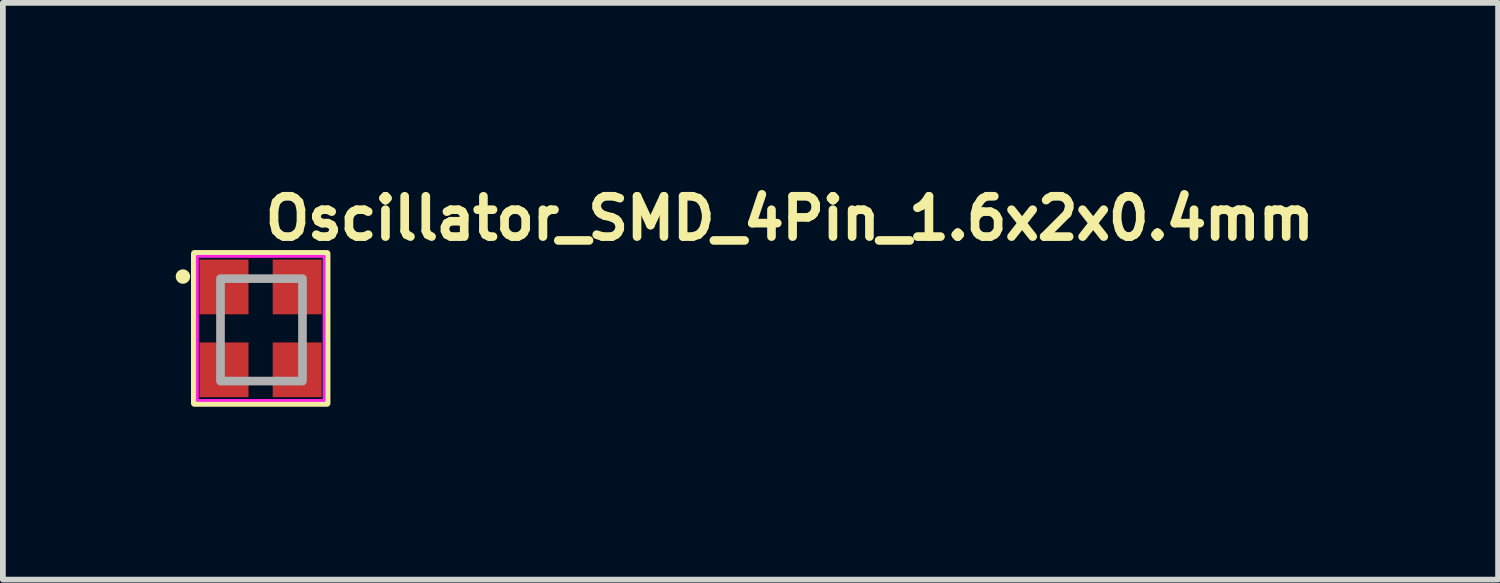
<source format=kicad_pcb>
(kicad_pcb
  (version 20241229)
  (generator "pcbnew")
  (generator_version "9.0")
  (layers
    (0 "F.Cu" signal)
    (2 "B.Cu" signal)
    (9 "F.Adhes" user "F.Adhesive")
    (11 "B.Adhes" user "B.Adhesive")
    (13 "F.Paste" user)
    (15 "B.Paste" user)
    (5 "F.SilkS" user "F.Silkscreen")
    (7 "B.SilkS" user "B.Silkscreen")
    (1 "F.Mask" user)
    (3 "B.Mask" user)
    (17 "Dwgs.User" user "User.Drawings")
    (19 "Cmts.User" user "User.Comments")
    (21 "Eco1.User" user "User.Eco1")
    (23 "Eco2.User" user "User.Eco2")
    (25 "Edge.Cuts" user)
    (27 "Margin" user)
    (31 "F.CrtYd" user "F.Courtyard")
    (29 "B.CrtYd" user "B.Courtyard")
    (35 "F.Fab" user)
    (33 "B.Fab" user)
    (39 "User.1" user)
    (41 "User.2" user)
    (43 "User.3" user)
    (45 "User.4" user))
  (footprint "Oscillator_SMD_4Pin_1.6x2x0.4mm"
    (layer "F.Cu")
    (at 1.475 2.65)
    (property "Reference" "Oscillator_SMD_4Pin_1.6x2x0.4mm" (at 0 -1.5 0) (unlocked yes) (layer "F.SilkS") (effects (font (size 0.7 0.7) (thickness 0.15)) (justify left bottom)))
    (attr smd)
    (fp_rect (start 1.15 -1.3) (end -1.15 1.3) (stroke (width 0.12) (type solid)) (fill no) (layer "F.SilkS"))
    (fp_circle (center -1.35 -0.9) (end -1.35 -0.85) (stroke (width 0.15) (type solid)) (fill yes) (layer "F.SilkS"))
    (fp_rect (start 1.1 -1.25) (end -1.1 1.25) (stroke (width 0.05) (type solid)) (fill no) (layer "F.CrtYd"))
    (fp_rect (start 0.725 -0.864) (end -0.698 0.914) (stroke (width 0.15) (type solid)) (fill no) (layer "F.Fab"))
    (fp_line (start -0.8 -0.938) (end -0.8 -0.263) (stroke (width 0.01) (type solid)) (layer "User.9"))
    (fp_line (start -0.8 -0.263) (end -0.797 -0.262) (stroke (width 0.01) (type solid)) (layer "User.9"))
    (fp_line (start -0.8 -0.263) (end -0.797 -0.262) (stroke (width 0.01) (type solid)) (layer "User.9"))
    (fp_line (start -0.8 0.263) (end -0.8 0.938) (stroke (width 0.01) (type solid)) (layer "User.9"))
    (fp_line (start -0.8 0.938) (end -0.797 0.938) (stroke (width 0.01) (type solid)) (layer "User.9"))
    (fp_line (start -0.797 -0.938) (end -0.8 -0.938) (stroke (width 0.01) (type solid)) (layer "User.9"))
    (fp_line (start -0.797 0.938) (end -0.794 0.938) (stroke (width 0.01) (type solid)) (layer "User.9"))
    (fp_line (start -0.797 -0.262) (end -0.794 -0.262) (stroke (width 0.01) (type solid)) (layer "User.9"))
    (fp_line (start -0.797 -0.262) (end -0.794 -0.262) (stroke (width 0.01) (type solid)) (layer "User.9"))
    (fp_line (start -0.797 0.262) (end -0.8 0.263) (stroke (width 0.01) (type solid)) (layer "User.9"))
    (fp_line (start -0.794 -0.938) (end -0.797 -0.938) (stroke (width 0.01) (type solid)) (layer "User.9"))
    (fp_line (start -0.794 0.938) (end -0.791 0.938) (stroke (width 0.01) (type solid)) (layer "User.9"))
    (fp_line (start -0.794 -0.262) (end -0.79 -0.262) (stroke (width 0.01) (type solid)) (layer "User.9"))
    (fp_line (start -0.794 -0.262) (end -0.79 -0.262) (stroke (width 0.01) (type solid)) (layer "User.9"))
    (fp_line (start -0.794 0.262) (end -0.797 0.262) (stroke (width 0.01) (type solid)) (layer "User.9"))
    (fp_line (start -0.791 -0.938) (end -0.794 -0.938) (stroke (width 0.01) (type solid)) (layer "User.9"))
    (fp_line (start -0.791 0.938) (end -0.788 0.939) (stroke (width 0.01) (type solid)) (layer "User.9"))
    (fp_line (start -0.79 -0.262) (end -0.787 -0.261) (stroke (width 0.01) (type solid)) (layer "User.9"))
    (fp_line (start -0.79 -0.262) (end -0.787 -0.261) (stroke (width 0.01) (type solid)) (layer "User.9"))
    (fp_line (start -0.79 0.262) (end -0.794 0.262) (stroke (width 0.01) (type solid)) (layer "User.9"))
    (fp_line (start -0.788 -0.939) (end -0.791 -0.938) (stroke (width 0.01) (type solid)) (layer "User.9"))
    (fp_line (start -0.788 0.939) (end -0.785 0.939) (stroke (width 0.01) (type solid)) (layer "User.9"))
    (fp_line (start -0.787 -0.261) (end -0.784 -0.261) (stroke (width 0.01) (type solid)) (layer "User.9"))
    (fp_line (start -0.787 -0.261) (end -0.784 -0.261) (stroke (width 0.01) (type solid)) (layer "User.9"))
    (fp_line (start -0.787 0.261) (end -0.79 0.262) (stroke (width 0.01) (type solid)) (layer "User.9"))
    (fp_line (start -0.785 -0.939) (end -0.788 -0.939) (stroke (width 0.01) (type solid)) (layer "User.9"))
    (fp_line (start -0.785 0.939) (end -0.782 0.94) (stroke (width 0.01) (type solid)) (layer "User.9"))
    (fp_line (start -0.784 -0.261) (end -0.781 -0.26) (stroke (width 0.01) (type solid)) (layer "User.9"))
    (fp_line (start -0.784 -0.261) (end -0.781 -0.26) (stroke (width 0.01) (type solid)) (layer "User.9"))
    (fp_line (start -0.784 0.261) (end -0.787 0.261) (stroke (width 0.01) (type solid)) (layer "User.9"))
    (fp_line (start -0.782 -0.94) (end -0.785 -0.939) (stroke (width 0.01) (type solid)) (layer "User.9"))
    (fp_line (start -0.782 0.94) (end -0.779 0.941) (stroke (width 0.01) (type solid)) (layer "User.9"))
    (fp_line (start -0.781 -0.26) (end -0.779 -0.259) (stroke (width 0.01) (type solid)) (layer "User.9"))
    (fp_line (start -0.781 -0.26) (end -0.779 -0.259) (stroke (width 0.01) (type solid)) (layer "User.9"))
    (fp_line (start -0.781 0.26) (end -0.784 0.261) (stroke (width 0.01) (type solid)) (layer "User.9"))
    (fp_line (start -0.779 -0.941) (end -0.782 -0.94) (stroke (width 0.01) (type solid)) (layer "User.9"))
    (fp_line (start -0.779 0.941) (end -0.776 0.942) (stroke (width 0.01) (type solid)) (layer "User.9"))
    (fp_line (start -0.779 -0.259) (end -0.776 -0.258) (stroke (width 0.01) (type solid)) (layer "User.9"))
    (fp_line (start -0.779 -0.259) (end -0.776 -0.258) (stroke (width 0.01) (type solid)) (layer "User.9"))
    (fp_line (start -0.779 0.259) (end -0.781 0.26) (stroke (width 0.01) (type solid)) (layer "User.9"))
    (fp_line (start -0.776 -0.942) (end -0.779 -0.941) (stroke (width 0.01) (type solid)) (layer "User.9"))
    (fp_line (start -0.776 0.942) (end -0.773 0.943) (stroke (width 0.01) (type solid)) (layer "User.9"))
    (fp_line (start -0.776 -0.258) (end -0.773 -0.256) (stroke (width 0.01) (type solid)) (layer "User.9"))
    (fp_line (start -0.776 -0.258) (end -0.773 -0.256) (stroke (width 0.01) (type solid)) (layer "User.9"))
    (fp_line (start -0.776 0.258) (end -0.779 0.259) (stroke (width 0.01) (type solid)) (layer "User.9"))
    (fp_line (start -0.773 -0.943) (end -0.776 -0.942) (stroke (width 0.01) (type solid)) (layer "User.9"))
    (fp_line (start -0.773 0.943) (end -0.771 0.945) (stroke (width 0.01) (type solid)) (layer "User.9"))
    (fp_line (start -0.773 -0.256) (end -0.77 -0.255) (stroke (width 0.01) (type solid)) (layer "User.9"))
    (fp_line (start -0.773 -0.256) (end -0.77 -0.255) (stroke (width 0.01) (type solid)) (layer "User.9"))
    (fp_line (start -0.773 0.256) (end -0.776 0.258) (stroke (width 0.01) (type solid)) (layer "User.9"))
    (fp_line (start -0.771 -0.945) (end -0.773 -0.943) (stroke (width 0.01) (type solid)) (layer "User.9"))
    (fp_line (start -0.771 0.945) (end -0.768 0.946) (stroke (width 0.01) (type solid)) (layer "User.9"))
    (fp_line (start -0.77 -0.255) (end -0.768 -0.253) (stroke (width 0.01) (type solid)) (layer "User.9"))
    (fp_line (start -0.77 -0.255) (end -0.768 -0.253) (stroke (width 0.01) (type solid)) (layer "User.9"))
    (fp_line (start -0.77 0.255) (end -0.773 0.256) (stroke (width 0.01) (type solid)) (layer "User.9"))
    (fp_line (start -0.768 -0.946) (end -0.771 -0.945) (stroke (width 0.01) (type solid)) (layer "User.9"))
    (fp_line (start -0.768 0.946) (end -0.765 0.948) (stroke (width 0.01) (type solid)) (layer "User.9"))
    (fp_line (start -0.768 -0.253) (end -0.765 -0.252) (stroke (width 0.01) (type solid)) (layer "User.9"))
    (fp_line (start -0.768 -0.253) (end -0.765 -0.252) (stroke (width 0.01) (type solid)) (layer "User.9"))
    (fp_line (start -0.768 0.253) (end -0.77 0.255) (stroke (width 0.01) (type solid)) (layer "User.9"))
    (fp_line (start -0.765 -0.948) (end -0.768 -0.946) (stroke (width 0.01) (type solid)) (layer "User.9"))
    (fp_line (start -0.765 0.948) (end -0.763 0.95) (stroke (width 0.01) (type solid)) (layer "User.9"))
    (fp_line (start -0.765 -0.252) (end -0.763 -0.25) (stroke (width 0.01) (type solid)) (layer "User.9"))
    (fp_line (start -0.765 -0.252) (end -0.763 -0.25) (stroke (width 0.01) (type solid)) (layer "User.9"))
    (fp_line (start -0.765 0.252) (end -0.768 0.253) (stroke (width 0.01) (type solid)) (layer "User.9"))
    (fp_line (start -0.763 -0.95) (end -0.765 -0.948) (stroke (width 0.01) (type solid)) (layer "User.9"))
    (fp_line (start -0.763 0.95) (end -0.76 0.952) (stroke (width 0.01) (type solid)) (layer "User.9"))
    (fp_line (start -0.763 -0.25) (end -0.76 -0.248) (stroke (width 0.01) (type solid)) (layer "User.9"))
    (fp_line (start -0.763 -0.25) (end -0.76 -0.248) (stroke (width 0.01) (type solid)) (layer "User.9"))
    (fp_line (start -0.763 0.25) (end -0.765 0.252) (stroke (width 0.01) (type solid)) (layer "User.9"))
    (fp_line (start -0.76 -0.952) (end -0.763 -0.95) (stroke (width 0.01) (type solid)) (layer "User.9"))
    (fp_line (start -0.76 0.952) (end -0.758 0.954) (stroke (width 0.01) (type solid)) (layer "User.9"))
    (fp_line (start -0.76 -0.248) (end -0.758 -0.246) (stroke (width 0.01) (type solid)) (layer "User.9"))
    (fp_line (start -0.76 -0.248) (end -0.758 -0.246) (stroke (width 0.01) (type solid)) (layer "User.9"))
    (fp_line (start -0.76 0.248) (end -0.763 0.25) (stroke (width 0.01) (type solid)) (layer "User.9"))
    (fp_line (start -0.758 -0.954) (end -0.76 -0.952) (stroke (width 0.01) (type solid)) (layer "User.9"))
    (fp_line (start -0.758 0.954) (end -0.756 0.956) (stroke (width 0.01) (type solid)) (layer "User.9"))
    (fp_line (start -0.758 -0.246) (end -0.756 -0.244) (stroke (width 0.01) (type solid)) (layer "User.9"))
    (fp_line (start -0.758 -0.246) (end -0.756 -0.244) (stroke (width 0.01) (type solid)) (layer "User.9"))
    (fp_line (start -0.758 0.246) (end -0.76 0.248) (stroke (width 0.01) (type solid)) (layer "User.9"))
    (fp_line (start -0.756 -0.956) (end -0.758 -0.954) (stroke (width 0.01) (type solid)) (layer "User.9"))
    (fp_line (start -0.756 -0.956) (end -0.756 -0.956) (stroke (width 0.01) (type solid)) (layer "User.9"))
    (fp_line (start -0.756 -0.244) (end -0.754 -0.242) (stroke (width 0.01) (type solid)) (layer "User.9"))
    (fp_line (start -0.756 -0.244) (end -0.754 -0.242) (stroke (width 0.01) (type solid)) (layer "User.9"))
    (fp_line (start -0.756 0.244) (end -0.758 0.246) (stroke (width 0.01) (type solid)) (layer "User.9"))
    (fp_line (start -0.756 0.956) (end -0.756 0.956) (stroke (width 0.01) (type solid)) (layer "User.9"))
    (fp_line (start -0.756 0.956) (end -0.754 0.958) (stroke (width 0.01) (type solid)) (layer "User.9"))
    (fp_line (start -0.754 -0.242) (end -0.752 -0.24) (stroke (width 0.01) (type solid)) (layer "User.9"))
    (fp_line (start -0.754 -0.242) (end -0.752 -0.24) (stroke (width 0.01) (type solid)) (layer "User.9"))
    (fp_line (start -0.754 0.242) (end -0.756 0.244) (stroke (width 0.01) (type solid)) (layer "User.9"))
    (fp_line (start -0.754 -0.958) (end -0.756 -0.956) (stroke (width 0.01) (type solid)) (layer "User.9"))
    (fp_line (start -0.754 0.958) (end -0.752 0.96) (stroke (width 0.01) (type solid)) (layer "User.9"))
    (fp_line (start -0.752 -0.24) (end -0.75 -0.237) (stroke (width 0.01) (type solid)) (layer "User.9"))
    (fp_line (start -0.752 -0.24) (end -0.75 -0.237) (stroke (width 0.01) (type solid)) (layer "User.9"))
    (fp_line (start -0.752 0.24) (end -0.754 0.242) (stroke (width 0.01) (type solid)) (layer "User.9"))
    (fp_line (start -0.752 -0.96) (end -0.754 -0.958) (stroke (width 0.01) (type solid)) (layer "User.9"))
    (fp_line (start -0.752 0.96) (end -0.75 0.963) (stroke (width 0.01) (type solid)) (layer "User.9"))
    (fp_line (start -0.75 -0.237) (end -0.748 -0.235) (stroke (width 0.01) (type solid)) (layer "User.9"))
    (fp_line (start -0.75 -0.237) (end -0.748 -0.235) (stroke (width 0.01) (type solid)) (layer "User.9"))
    (fp_line (start -0.75 0.237) (end -0.752 0.24) (stroke (width 0.01) (type solid)) (layer "User.9"))
    (fp_line (start -0.75 -0.963) (end -0.752 -0.96) (stroke (width 0.01) (type solid)) (layer "User.9"))
    (fp_line (start -0.75 0.963) (end -0.748 0.965) (stroke (width 0.01) (type solid)) (layer "User.9"))
    (fp_line (start -0.748 -0.235) (end -0.747 -0.232) (stroke (width 0.01) (type solid)) (layer "User.9"))
    (fp_line (start -0.748 -0.235) (end -0.747 -0.232) (stroke (width 0.01) (type solid)) (layer "User.9"))
    (fp_line (start -0.748 0.235) (end -0.75 0.237) (stroke (width 0.01) (type solid)) (layer "User.9"))
    (fp_line (start -0.748 -0.965) (end -0.75 -0.963) (stroke (width 0.01) (type solid)) (layer "User.9"))
    (fp_line (start -0.748 0.965) (end -0.746 0.968) (stroke (width 0.01) (type solid)) (layer "User.9"))
    (fp_line (start -0.747 -0.232) (end -0.745 -0.23) (stroke (width 0.01) (type solid)) (layer "User.9"))
    (fp_line (start -0.747 -0.232) (end -0.745 -0.23) (stroke (width 0.01) (type solid)) (layer "User.9"))
    (fp_line (start -0.747 0.232) (end -0.748 0.235) (stroke (width 0.01) (type solid)) (layer "User.9"))
    (fp_line (start -0.746 -0.968) (end -0.748 -0.965) (stroke (width 0.01) (type solid)) (layer "User.9"))
    (fp_line (start -0.746 0.968) (end -0.745 0.971) (stroke (width 0.01) (type solid)) (layer "User.9"))
    (fp_line (start -0.745 -0.23) (end -0.744 -0.227) (stroke (width 0.01) (type solid)) (layer "User.9"))
    (fp_line (start -0.745 -0.23) (end -0.744 -0.227) (stroke (width 0.01) (type solid)) (layer "User.9"))
    (fp_line (start -0.745 0.23) (end -0.747 0.232) (stroke (width 0.01) (type solid)) (layer "User.9"))
    (fp_line (start -0.745 -0.971) (end -0.746 -0.968) (stroke (width 0.01) (type solid)) (layer "User.9"))
    (fp_line (start -0.745 0.971) (end -0.743 0.973) (stroke (width 0.01) (type solid)) (layer "User.9"))
    (fp_line (start -0.744 -0.227) (end -0.742 -0.224) (stroke (width 0.01) (type solid)) (layer "User.9"))
    (fp_line (start -0.744 -0.227) (end -0.742 -0.224) (stroke (width 0.01) (type solid)) (layer "User.9"))
    (fp_line (start -0.744 0.227) (end -0.745 0.23) (stroke (width 0.01) (type solid)) (layer "User.9"))
    (fp_line (start -0.743 -0.973) (end -0.745 -0.971) (stroke (width 0.01) (type solid)) (layer "User.9"))
    (fp_line (start -0.743 0.973) (end -0.742 0.976) (stroke (width 0.01) (type solid)) (layer "User.9"))
    (fp_line (start -0.742 -0.224) (end -0.741 -0.221) (stroke (width 0.01) (type solid)) (layer "User.9"))
    (fp_line (start -0.742 -0.224) (end -0.741 -0.221) (stroke (width 0.01) (type solid)) (layer "User.9"))
    (fp_line (start -0.742 0.224) (end -0.744 0.227) (stroke (width 0.01) (type solid)) (layer "User.9"))
    (fp_line (start -0.742 -0.976) (end -0.743 -0.973) (stroke (width 0.01) (type solid)) (layer "User.9"))
    (fp_line (start -0.742 0.976) (end -0.741 0.979) (stroke (width 0.01) (type solid)) (layer "User.9"))
    (fp_line (start -0.741 -0.221) (end -0.74 -0.219) (stroke (width 0.01) (type solid)) (layer "User.9"))
    (fp_line (start -0.741 -0.221) (end -0.74 -0.219) (stroke (width 0.01) (type solid)) (layer "User.9"))
    (fp_line (start -0.741 0.221) (end -0.742 0.224) (stroke (width 0.01) (type solid)) (layer "User.9"))
    (fp_line (start -0.741 -0.979) (end -0.742 -0.976) (stroke (width 0.01) (type solid)) (layer "User.9"))
    (fp_line (start -0.741 0.979) (end -0.74 0.982) (stroke (width 0.01) (type solid)) (layer "User.9"))
    (fp_line (start -0.74 -0.219) (end -0.739 -0.216) (stroke (width 0.01) (type solid)) (layer "User.9"))
    (fp_line (start -0.74 -0.219) (end -0.739 -0.216) (stroke (width 0.01) (type solid)) (layer "User.9"))
    (fp_line (start -0.74 0.219) (end -0.741 0.221) (stroke (width 0.01) (type solid)) (layer "User.9"))
    (fp_line (start -0.74 -0.982) (end -0.741 -0.979) (stroke (width 0.01) (type solid)) (layer "User.9"))
    (fp_line (start -0.74 0.982) (end -0.739 0.985) (stroke (width 0.01) (type solid)) (layer "User.9"))
    (fp_line (start -0.739 -0.216) (end -0.739 -0.213) (stroke (width 0.01) (type solid)) (layer "User.9"))
    (fp_line (start -0.739 -0.216) (end -0.739 -0.213) (stroke (width 0.01) (type solid)) (layer "User.9"))
    (fp_line (start -0.739 0.216) (end -0.74 0.219) (stroke (width 0.01) (type solid)) (layer "User.9"))
    (fp_line (start -0.739 -0.985) (end -0.74 -0.982) (stroke (width 0.01) (type solid)) (layer "User.9"))
    (fp_line (start -0.739 0.985) (end -0.739 0.988) (stroke (width 0.01) (type solid)) (layer "User.9"))
    (fp_line (start -0.739 -0.213) (end -0.738 -0.21) (stroke (width 0.01) (type solid)) (layer "User.9"))
    (fp_line (start -0.739 -0.213) (end -0.738 -0.21) (stroke (width 0.01) (type solid)) (layer "User.9"))
    (fp_line (start -0.739 0.213) (end -0.739 0.216) (stroke (width 0.01) (type solid)) (layer "User.9"))
    (fp_line (start -0.739 -0.988) (end -0.739 -0.985) (stroke (width 0.01) (type solid)) (layer "User.9"))
    (fp_line (start -0.739 0.988) (end -0.738 0.991) (stroke (width 0.01) (type solid)) (layer "User.9"))
    (fp_line (start -0.738 -0.21) (end -0.738 -0.206) (stroke (width 0.01) (type solid)) (layer "User.9"))
    (fp_line (start -0.738 -0.21) (end -0.738 -0.206) (stroke (width 0.01) (type solid)) (layer "User.9"))
    (fp_line (start -0.738 0.21) (end -0.739 0.213) (stroke (width 0.01) (type solid)) (layer "User.9"))
    (fp_line (start -0.738 -0.991) (end -0.739 -0.988) (stroke (width 0.01) (type solid)) (layer "User.9"))
    (fp_line (start -0.738 0.991) (end -0.738 0.994) (stroke (width 0.01) (type solid)) (layer "User.9"))
    (fp_line (start -0.738 -0.206) (end -0.738 -0.203) (stroke (width 0.01) (type solid)) (layer "User.9"))
    (fp_line (start -0.738 -0.206) (end -0.738 -0.203) (stroke (width 0.01) (type solid)) (layer "User.9"))
    (fp_line (start -0.738 0.206) (end -0.738 0.21) (stroke (width 0.01) (type solid)) (layer "User.9"))
    (fp_line (start -0.738 -0.994) (end -0.738 -0.991) (stroke (width 0.01) (type solid)) (layer "User.9"))
    (fp_line (start -0.738 0.994) (end -0.738 0.997) (stroke (width 0.01) (type solid)) (layer "User.9"))
    (fp_line (start -0.738 -0.203) (end -0.738 -0.2) (stroke (width 0.01) (type solid)) (layer "User.9"))
    (fp_line (start -0.738 -0.203) (end -0.738 -0.2) (stroke (width 0.01) (type solid)) (layer "User.9"))
    (fp_line (start -0.738 0.203) (end -0.738 0.206) (stroke (width 0.01) (type solid)) (layer "User.9"))
    (fp_line (start -0.738 -0.997) (end -0.738 -0.994) (stroke (width 0.01) (type solid)) (layer "User.9"))
    (fp_line (start -0.738 0.997) (end -0.738 1) (stroke (width 0.01) (type solid)) (layer "User.9"))
    (fp_line (start -0.738 -1) (end -0.738 -0.997) (stroke (width 0.01) (type solid)) (layer "User.9"))
    (fp_line (start -0.738 -0.2) (end -0.738 0.2) (stroke (width 0.01) (type solid)) (layer "User.9"))
    (fp_line (start -0.738 0.2) (end -0.738 0.203) (stroke (width 0.01) (type solid)) (layer "User.9"))
    (fp_line (start -0.738 1) (end 0.738 1) (stroke (width 0.01) (type solid)) (layer "User.9"))
    (fp_line (start -0.7 -0.825) (end -0.7 0.825) (stroke (width 0.01) (type solid)) (layer "User.9"))
    (fp_line (start -0.7 -0.825) (end -0.7 -0.83) (stroke (width 0.01) (type solid)) (layer "User.9"))
    (fp_line (start -0.7 0.825) (end -0.7 0.83) (stroke (width 0.01) (type solid)) (layer "User.9"))
    (fp_line (start -0.7 -0.83) (end -0.699 -0.835) (stroke (width 0.01) (type solid)) (layer "User.9"))
    (fp_line (start -0.7 0.83) (end -0.699 0.835) (stroke (width 0.01) (type solid)) (layer "User.9"))
    (fp_line (start -0.699 -0.835) (end -0.699 -0.84) (stroke (width 0.01) (type solid)) (layer "User.9"))
    (fp_line (start -0.699 0.835) (end -0.699 0.84) (stroke (width 0.01) (type solid)) (layer "User.9"))
    (fp_line (start -0.699 -0.84) (end -0.698 -0.845) (stroke (width 0.01) (type solid)) (layer "User.9"))
    (fp_line (start -0.699 0.84) (end -0.698 0.845) (stroke (width 0.01) (type solid)) (layer "User.9"))
    (fp_line (start -0.698 -0.845) (end -0.697 -0.85) (stroke (width 0.01) (type solid)) (layer "User.9"))
    (fp_line (start -0.698 0.845) (end -0.697 0.85) (stroke (width 0.01) (type solid)) (layer "User.9"))
    (fp_line (start -0.697 -0.85) (end -0.696 -0.855) (stroke (width 0.01) (type solid)) (layer "User.9"))
    (fp_line (start -0.697 0.85) (end -0.696 0.855) (stroke (width 0.01) (type solid)) (layer "User.9"))
    (fp_line (start -0.696 -0.855) (end -0.694 -0.859) (stroke (width 0.01) (type solid)) (layer "User.9"))
    (fp_line (start -0.696 0.855) (end -0.694 0.859) (stroke (width 0.01) (type solid)) (layer "User.9"))
    (fp_line (start -0.694 -0.859) (end -0.692 -0.864) (stroke (width 0.01) (type solid)) (layer "User.9"))
    (fp_line (start -0.694 0.859) (end -0.692 0.864) (stroke (width 0.01) (type solid)) (layer "User.9"))
    (fp_line (start -0.692 -0.864) (end -0.69 -0.868) (stroke (width 0.01) (type solid)) (layer "User.9"))
    (fp_line (start -0.692 0.864) (end -0.69 0.868) (stroke (width 0.01) (type solid)) (layer "User.9"))
    (fp_line (start -0.69 -0.868) (end -0.688 -0.873) (stroke (width 0.01) (type solid)) (layer "User.9"))
    (fp_line (start -0.69 0.868) (end -0.688 0.873) (stroke (width 0.01) (type solid)) (layer "User.9"))
    (fp_line (start -0.688 -0.873) (end -0.686 -0.877) (stroke (width 0.01) (type solid)) (layer "User.9"))
    (fp_line (start -0.688 0.873) (end -0.686 0.877) (stroke (width 0.01) (type solid)) (layer "User.9"))
    (fp_line (start -0.686 -0.877) (end -0.683 -0.881) (stroke (width 0.01) (type solid)) (layer "User.9"))
    (fp_line (start -0.686 0.877) (end -0.683 0.881) (stroke (width 0.01) (type solid)) (layer "User.9"))
    (fp_line (start -0.683 -0.881) (end -0.68 -0.885) (stroke (width 0.01) (type solid)) (layer "User.9"))
    (fp_line (start -0.683 0.881) (end -0.68 0.885) (stroke (width 0.01) (type solid)) (layer "User.9"))
    (fp_line (start -0.68 -0.885) (end -0.677 -0.889) (stroke (width 0.01) (type solid)) (layer "User.9"))
    (fp_line (start -0.68 0.885) (end -0.677 0.889) (stroke (width 0.01) (type solid)) (layer "User.9"))
    (fp_line (start -0.677 -0.889) (end -0.674 -0.892) (stroke (width 0.01) (type solid)) (layer "User.9"))
    (fp_line (start -0.677 0.889) (end -0.674 0.892) (stroke (width 0.01) (type solid)) (layer "User.9"))
    (fp_line (start -0.674 -0.892) (end -0.671 -0.896) (stroke (width 0.01) (type solid)) (layer "User.9"))
    (fp_line (start -0.674 0.892) (end -0.671 0.896) (stroke (width 0.01) (type solid)) (layer "User.9"))
    (fp_line (start -0.671 -0.896) (end -0.667 -0.899) (stroke (width 0.01) (type solid)) (layer "User.9"))
    (fp_line (start -0.671 0.896) (end -0.667 0.899) (stroke (width 0.01) (type solid)) (layer "User.9"))
    (fp_line (start -0.667 -0.899) (end -0.664 -0.902) (stroke (width 0.01) (type solid)) (layer "User.9"))
    (fp_line (start -0.667 0.899) (end -0.664 0.902) (stroke (width 0.01) (type solid)) (layer "User.9"))
    (fp_line (start -0.664 -0.902) (end -0.66 -0.905) (stroke (width 0.01) (type solid)) (layer "User.9"))
    (fp_line (start -0.664 0.902) (end -0.66 0.905) (stroke (width 0.01) (type solid)) (layer "User.9"))
    (fp_line (start -0.66 -0.905) (end -0.656 -0.908) (stroke (width 0.01) (type solid)) (layer "User.9"))
    (fp_line (start -0.66 0.905) (end -0.656 0.908) (stroke (width 0.01) (type solid)) (layer "User.9"))
    (fp_line (start -0.656 -0.908) (end -0.652 -0.911) (stroke (width 0.01) (type solid)) (layer "User.9"))
    (fp_line (start -0.656 0.908) (end -0.652 0.911) (stroke (width 0.01) (type solid)) (layer "User.9"))
    (fp_line (start -0.652 -0.911) (end -0.648 -0.913) (stroke (width 0.01) (type solid)) (layer "User.9"))
    (fp_line (start -0.652 0.911) (end -0.648 0.913) (stroke (width 0.01) (type solid)) (layer "User.9"))
    (fp_line (start -0.648 -0.913) (end -0.643 -0.915) (stroke (width 0.01) (type solid)) (layer "User.9"))
    (fp_line (start -0.648 0.913) (end -0.643 0.915) (stroke (width 0.01) (type solid)) (layer "User.9"))
    (fp_line (start -0.643 -0.915) (end -0.639 -0.917) (stroke (width 0.01) (type solid)) (layer "User.9"))
    (fp_line (start -0.643 0.915) (end -0.639 0.917) (stroke (width 0.01) (type solid)) (layer "User.9"))
    (fp_line (start -0.639 -0.917) (end -0.634 -0.919) (stroke (width 0.01) (type solid)) (layer "User.9"))
    (fp_line (start -0.639 0.917) (end -0.634 0.919) (stroke (width 0.01) (type solid)) (layer "User.9"))
    (fp_line (start -0.634 -0.919) (end -0.63 -0.921) (stroke (width 0.01) (type solid)) (layer "User.9"))
    (fp_line (start -0.634 0.919) (end -0.63 0.921) (stroke (width 0.01) (type solid)) (layer "User.9"))
    (fp_line (start -0.63 -0.921) (end -0.625 -0.922) (stroke (width 0.01) (type solid)) (layer "User.9"))
    (fp_line (start -0.63 0.921) (end -0.625 0.922) (stroke (width 0.01) (type solid)) (layer "User.9"))
    (fp_line (start -0.625 -0.922) (end -0.62 -0.923) (stroke (width 0.01) (type solid)) (layer "User.9"))
    (fp_line (start -0.625 0.922) (end -0.62 0.923) (stroke (width 0.01) (type solid)) (layer "User.9"))
    (fp_line (start -0.62 -0.923) (end -0.615 -0.924) (stroke (width 0.01) (type solid)) (layer "User.9"))
    (fp_line (start -0.62 0.923) (end -0.615 0.924) (stroke (width 0.01) (type solid)) (layer "User.9"))
    (fp_line (start -0.615 -0.924) (end -0.61 -0.924) (stroke (width 0.01) (type solid)) (layer "User.9"))
    (fp_line (start -0.615 0.924) (end -0.61 0.924) (stroke (width 0.01) (type solid)) (layer "User.9"))
    (fp_line (start -0.61 -0.924) (end -0.605 -0.925) (stroke (width 0.01) (type solid)) (layer "User.9"))
    (fp_line (start -0.61 0.924) (end -0.605 0.925) (stroke (width 0.01) (type solid)) (layer "User.9"))
    (fp_line (start -0.605 -0.925) (end -0.6 -0.925) (stroke (width 0.01) (type solid)) (layer "User.9"))
    (fp_line (start -0.605 0.925) (end -0.6 0.925) (stroke (width 0.01) (type solid)) (layer "User.9"))
    (fp_line (start -0.6 -0.925) (end 0.6 -0.925) (stroke (width 0.01) (type solid)) (layer "User.9"))
    (fp_line (start -0.6 0.925) (end 0.6 0.925) (stroke (width 0.01) (type solid)) (layer "User.9"))
    (fp_line (start -0.525 -0.65) (end -0.525 -0.644) (stroke (width 0.01) (type solid)) (layer "User.9"))
    (fp_line (start -0.525 -0.656) (end -0.525 -0.65) (stroke (width 0.01) (type solid)) (layer "User.9"))
    (fp_line (start -0.525 -0.644) (end -0.524 -0.637) (stroke (width 0.01) (type solid)) (layer "User.9"))
    (fp_line (start -0.524 -0.663) (end -0.525 -0.656) (stroke (width 0.01) (type solid)) (layer "User.9"))
    (fp_line (start -0.524 -0.637) (end -0.524 -0.631) (stroke (width 0.01) (type solid)) (layer "User.9"))
    (fp_line (start -0.524 -0.669) (end -0.524 -0.663) (stroke (width 0.01) (type solid)) (layer "User.9"))
    (fp_line (start -0.524 -0.631) (end -0.522 -0.625) (stroke (width 0.01) (type solid)) (layer "User.9"))
    (fp_line (start -0.522 -0.675) (end -0.524 -0.669) (stroke (width 0.01) (type solid)) (layer "User.9"))
    (fp_line (start -0.522 -0.625) (end -0.521 -0.619) (stroke (width 0.01) (type solid)) (layer "User.9"))
    (fp_line (start -0.521 -0.681) (end -0.522 -0.675) (stroke (width 0.01) (type solid)) (layer "User.9"))
    (fp_line (start -0.521 -0.619) (end -0.519 -0.613) (stroke (width 0.01) (type solid)) (layer "User.9"))
    (fp_line (start -0.519 -0.687) (end -0.521 -0.681) (stroke (width 0.01) (type solid)) (layer "User.9"))
    (fp_line (start -0.519 -0.613) (end -0.517 -0.607) (stroke (width 0.01) (type solid)) (layer "User.9"))
    (fp_line (start -0.517 -0.693) (end -0.519 -0.687) (stroke (width 0.01) (type solid)) (layer "User.9"))
    (fp_line (start -0.517 -0.607) (end -0.515 -0.601) (stroke (width 0.01) (type solid)) (layer "User.9"))
    (fp_line (start -0.515 -0.699) (end -0.517 -0.693) (stroke (width 0.01) (type solid)) (layer "User.9"))
    (fp_line (start -0.515 -0.601) (end -0.513 -0.596) (stroke (width 0.01) (type solid)) (layer "User.9"))
    (fp_line (start -0.513 -0.704) (end -0.515 -0.699) (stroke (width 0.01) (type solid)) (layer "User.9"))
    (fp_line (start -0.513 -0.596) (end -0.51 -0.59) (stroke (width 0.01) (type solid)) (layer "User.9"))
    (fp_line (start -0.51 -0.71) (end -0.513 -0.704) (stroke (width 0.01) (type solid)) (layer "User.9"))
    (fp_line (start -0.51 -0.59) (end -0.507 -0.585) (stroke (width 0.01) (type solid)) (layer "User.9"))
    (fp_line (start -0.507 -0.715) (end -0.51 -0.71) (stroke (width 0.01) (type solid)) (layer "User.9"))
    (fp_line (start -0.507 -0.585) (end -0.504 -0.58) (stroke (width 0.01) (type solid)) (layer "User.9"))
    (fp_line (start -0.504 -0.72) (end -0.507 -0.715) (stroke (width 0.01) (type solid)) (layer "User.9"))
    (fp_line (start -0.504 -0.58) (end -0.5 -0.575) (stroke (width 0.01) (type solid)) (layer "User.9"))
    (fp_line (start -0.5 -0.725) (end -0.504 -0.72) (stroke (width 0.01) (type solid)) (layer "User.9"))
    (fp_line (start -0.5 -0.575) (end -0.496 -0.571) (stroke (width 0.01) (type solid)) (layer "User.9"))
    (fp_line (start -0.496 -0.729) (end -0.5 -0.725) (stroke (width 0.01) (type solid)) (layer "User.9"))
    (fp_line (start -0.496 -0.571) (end -0.493 -0.566) (stroke (width 0.01) (type solid)) (layer "User.9"))
    (fp_line (start -0.493 -0.734) (end -0.496 -0.729) (stroke (width 0.01) (type solid)) (layer "User.9"))
    (fp_line (start -0.493 -0.566) (end -0.488 -0.562) (stroke (width 0.01) (type solid)) (layer "User.9"))
    (fp_line (start -0.488 -0.738) (end -0.493 -0.734) (stroke (width 0.01) (type solid)) (layer "User.9"))
    (fp_line (start -0.488 -0.562) (end -0.484 -0.558) (stroke (width 0.01) (type solid)) (layer "User.9"))
    (fp_line (start -0.484 -0.742) (end -0.488 -0.738) (stroke (width 0.01) (type solid)) (layer "User.9"))
    (fp_line (start -0.484 -0.558) (end -0.479 -0.554) (stroke (width 0.01) (type solid)) (layer "User.9"))
    (fp_line (start -0.479 -0.746) (end -0.484 -0.742) (stroke (width 0.01) (type solid)) (layer "User.9"))
    (fp_line (start -0.479 -0.554) (end -0.475 -0.55) (stroke (width 0.01) (type solid)) (layer "User.9"))
    (fp_line (start -0.475 -0.75) (end -0.479 -0.746) (stroke (width 0.01) (type solid)) (layer "User.9"))
    (fp_line (start -0.475 -0.55) (end -0.47 -0.546) (stroke (width 0.01) (type solid)) (layer "User.9"))
    (fp_line (start -0.47 -0.754) (end -0.475 -0.75) (stroke (width 0.01) (type solid)) (layer "User.9"))
    (fp_line (start -0.47 -0.546) (end -0.465 -0.543) (stroke (width 0.01) (type solid)) (layer "User.9"))
    (fp_line (start -0.465 -0.757) (end -0.47 -0.754) (stroke (width 0.01) (type solid)) (layer "User.9"))
    (fp_line (start -0.465 -0.543) (end -0.46 -0.54) (stroke (width 0.01) (type solid)) (layer "User.9"))
    (fp_line (start -0.46 -0.76) (end -0.465 -0.757) (stroke (width 0.01) (type solid)) (layer "User.9"))
    (fp_line (start -0.46 -0.54) (end -0.454 -0.537) (stroke (width 0.01) (type solid)) (layer "User.9"))
    (fp_line (start -0.454 -0.763) (end -0.46 -0.76) (stroke (width 0.01) (type solid)) (layer "User.9"))
    (fp_line (start -0.454 -0.537) (end -0.449 -0.535) (stroke (width 0.01) (type solid)) (layer "User.9"))
    (fp_line (start -0.449 -0.765) (end -0.454 -0.763) (stroke (width 0.01) (type solid)) (layer "User.9"))
    (fp_line (start -0.449 -0.535) (end -0.443 -0.533) (stroke (width 0.01) (type solid)) (layer "User.9"))
    (fp_line (start -0.443 -0.767) (end -0.449 -0.765) (stroke (width 0.01) (type solid)) (layer "User.9"))
    (fp_line (start -0.443 -0.533) (end -0.437 -0.531) (stroke (width 0.01) (type solid)) (layer "User.9"))
    (fp_line (start -0.437 -0.769) (end -0.443 -0.767) (stroke (width 0.01) (type solid)) (layer "User.9"))
    (fp_line (start -0.437 -0.531) (end -0.431 -0.529) (stroke (width 0.01) (type solid)) (layer "User.9"))
    (fp_line (start -0.431 -0.771) (end -0.437 -0.769) (stroke (width 0.01) (type solid)) (layer "User.9"))
    (fp_line (start -0.431 -0.529) (end -0.425 -0.528) (stroke (width 0.01) (type solid)) (layer "User.9"))
    (fp_line (start -0.425 -0.772) (end -0.431 -0.771) (stroke (width 0.01) (type solid)) (layer "User.9"))
    (fp_line (start -0.425 -0.528) (end -0.419 -0.526) (stroke (width 0.01) (type solid)) (layer "User.9"))
    (fp_line (start -0.419 -0.773) (end -0.425 -0.772) (stroke (width 0.01) (type solid)) (layer "User.9"))
    (fp_line (start -0.419 -0.526) (end -0.413 -0.526) (stroke (width 0.01) (type solid)) (layer "User.9"))
    (fp_line (start -0.413 -0.774) (end -0.419 -0.773) (stroke (width 0.01) (type solid)) (layer "User.9"))
    (fp_line (start -0.413 -0.526) (end -0.406 -0.525) (stroke (width 0.01) (type solid)) (layer "User.9"))
    (fp_line (start -0.406 -0.775) (end -0.413 -0.774) (stroke (width 0.01) (type solid)) (layer "User.9"))
    (fp_line (start -0.406 -0.525) (end -0.4 -0.525) (stroke (width 0.01) (type solid)) (layer "User.9"))
    (fp_line (start -0.4 -0.775) (end -0.406 -0.775) (stroke (width 0.01) (type solid)) (layer "User.9"))
    (fp_line (start -0.4 -0.775) (end -0.4 -0.775) (stroke (width 0.01) (type solid)) (layer "User.9"))
    (fp_line (start -0.4 -0.525) (end -0.4 -0.525) (stroke (width 0.01) (type solid)) (layer "User.9"))
    (fp_line (start -0.4 -0.525) (end -0.394 -0.525) (stroke (width 0.01) (type solid)) (layer "User.9"))
    (fp_line (start -0.394 -0.775) (end -0.4 -0.775) (stroke (width 0.01) (type solid)) (layer "User.9"))
    (fp_line (start -0.394 -0.525) (end -0.387 -0.526) (stroke (width 0.01) (type solid)) (layer "User.9"))
    (fp_line (start -0.387 -0.774) (end -0.394 -0.775) (stroke (width 0.01) (type solid)) (layer "User.9"))
    (fp_line (start -0.387 -0.526) (end -0.381 -0.526) (stroke (width 0.01) (type solid)) (layer "User.9"))
    (fp_line (start -0.381 -0.773) (end -0.387 -0.774) (stroke (width 0.01) (type solid)) (layer "User.9"))
    (fp_line (start -0.381 -0.526) (end -0.375 -0.528) (stroke (width 0.01) (type solid)) (layer "User.9"))
    (fp_line (start -0.375 -0.772) (end -0.381 -0.773) (stroke (width 0.01) (type solid)) (layer "User.9"))
    (fp_line (start -0.375 -0.528) (end -0.369 -0.529) (stroke (width 0.01) (type solid)) (layer "User.9"))
    (fp_line (start -0.369 -0.771) (end -0.375 -0.772) (stroke (width 0.01) (type solid)) (layer "User.9"))
    (fp_line (start -0.369 -0.529) (end -0.363 -0.531) (stroke (width 0.01) (type solid)) (layer "User.9"))
    (fp_line (start -0.363 -0.769) (end -0.369 -0.771) (stroke (width 0.01) (type solid)) (layer "User.9"))
    (fp_line (start -0.363 -0.531) (end -0.357 -0.533) (stroke (width 0.01) (type solid)) (layer "User.9"))
    (fp_line (start -0.357 -0.767) (end -0.363 -0.769) (stroke (width 0.01) (type solid)) (layer "User.9"))
    (fp_line (start -0.357 -0.533) (end -0.351 -0.535) (stroke (width 0.01) (type solid)) (layer "User.9"))
    (fp_line (start -0.351 -0.765) (end -0.357 -0.767) (stroke (width 0.01) (type solid)) (layer "User.9"))
    (fp_line (start -0.351 -0.535) (end -0.346 -0.537) (stroke (width 0.01) (type solid)) (layer "User.9"))
    (fp_line (start -0.346 -0.763) (end -0.351 -0.765) (stroke (width 0.01) (type solid)) (layer "User.9"))
    (fp_line (start -0.346 -0.537) (end -0.34 -0.54) (stroke (width 0.01) (type solid)) (layer "User.9"))
    (fp_line (start -0.34 -0.76) (end -0.346 -0.763) (stroke (width 0.01) (type solid)) (layer "User.9"))
    (fp_line (start -0.34 -0.54) (end -0.335 -0.543) (stroke (width 0.01) (type solid)) (layer "User.9"))
    (fp_line (start -0.335 -0.757) (end -0.34 -0.76) (stroke (width 0.01) (type solid)) (layer "User.9"))
    (fp_line (start -0.335 -0.543) (end -0.33 -0.546) (stroke (width 0.01) (type solid)) (layer "User.9"))
    (fp_line (start -0.33 -0.754) (end -0.335 -0.757) (stroke (width 0.01) (type solid)) (layer "User.9"))
    (fp_line (start -0.33 -0.546) (end -0.325 -0.55) (stroke (width 0.01) (type solid)) (layer "User.9"))
    (fp_line (start -0.325 -0.75) (end -0.33 -0.754) (stroke (width 0.01) (type solid)) (layer "User.9"))
    (fp_line (start -0.325 -0.55) (end -0.321 -0.554) (stroke (width 0.01) (type solid)) (layer "User.9"))
    (fp_line (start -0.321 -0.746) (end -0.325 -0.75) (stroke (width 0.01) (type solid)) (layer "User.9"))
    (fp_line (start -0.321 -0.554) (end -0.316 -0.558) (stroke (width 0.01) (type solid)) (layer "User.9"))
    (fp_line (start -0.316 -0.742) (end -0.321 -0.746) (stroke (width 0.01) (type solid)) (layer "User.9"))
    (fp_line (start -0.316 -0.558) (end -0.312 -0.562) (stroke (width 0.01) (type solid)) (layer "User.9"))
    (fp_line (start -0.312 -0.738) (end -0.316 -0.742) (stroke (width 0.01) (type solid)) (layer "User.9"))
    (fp_line (start -0.312 -0.562) (end -0.307 -0.566) (stroke (width 0.01) (type solid)) (layer "User.9"))
    (fp_line (start -0.307 -0.734) (end -0.312 -0.738) (stroke (width 0.01) (type solid)) (layer "User.9"))
    (fp_line (start -0.307 -0.566) (end -0.304 -0.571) (stroke (width 0.01) (type solid)) (layer "User.9"))
    (fp_line (start -0.304 -0.729) (end -0.307 -0.734) (stroke (width 0.01) (type solid)) (layer "User.9"))
    (fp_line (start -0.304 -0.571) (end -0.3 -0.575) (stroke (width 0.01) (type solid)) (layer "User.9"))
    (fp_line (start -0.3 -0.725) (end -0.304 -0.729) (stroke (width 0.01) (type solid)) (layer "User.9"))
    (fp_line (start -0.3 -0.575) (end -0.296 -0.58) (stroke (width 0.01) (type solid)) (layer "User.9"))
    (fp_line (start -0.296 -0.72) (end -0.3 -0.725) (stroke (width 0.01) (type solid)) (layer "User.9"))
    (fp_line (start -0.296 -0.58) (end -0.293 -0.585) (stroke (width 0.01) (type solid)) (layer "User.9"))
    (fp_line (start -0.293 -0.715) (end -0.296 -0.72) (stroke (width 0.01) (type solid)) (layer "User.9"))
    (fp_line (start -0.293 -0.585) (end -0.29 -0.59) (stroke (width 0.01) (type solid)) (layer "User.9"))
    (fp_line (start -0.29 -0.71) (end -0.293 -0.715) (stroke (width 0.01) (type solid)) (layer "User.9"))
    (fp_line (start -0.29 -0.59) (end -0.287 -0.596) (stroke (width 0.01) (type solid)) (layer "User.9"))
    (fp_line (start -0.287 -0.704) (end -0.29 -0.71) (stroke (width 0.01) (type solid)) (layer "User.9"))
    (fp_line (start -0.287 -0.596) (end -0.285 -0.601) (stroke (width 0.01) (type solid)) (layer "User.9"))
    (fp_line (start -0.285 -0.699) (end -0.287 -0.704) (stroke (width 0.01) (type solid)) (layer "User.9"))
    (fp_line (start -0.285 -0.601) (end -0.283 -0.607) (stroke (width 0.01) (type solid)) (layer "User.9"))
    (fp_line (start -0.283 -0.693) (end -0.285 -0.699) (stroke (width 0.01) (type solid)) (layer "User.9"))
    (fp_line (start -0.283 -0.607) (end -0.281 -0.613) (stroke (width 0.01) (type solid)) (layer "User.9"))
    (fp_line (start -0.281 -0.687) (end -0.283 -0.693) (stroke (width 0.01) (type solid)) (layer "User.9"))
    (fp_line (start -0.281 -0.613) (end -0.279 -0.619) (stroke (width 0.01) (type solid)) (layer "User.9"))
    (fp_line (start -0.279 -0.681) (end -0.281 -0.687) (stroke (width 0.01) (type solid)) (layer "User.9"))
    (fp_line (start -0.279 -0.619) (end -0.278 -0.625) (stroke (width 0.01) (type solid)) (layer "User.9"))
    (fp_line (start -0.278 -0.675) (end -0.279 -0.681) (stroke (width 0.01) (type solid)) (layer "User.9"))
    (fp_line (start -0.278 -0.625) (end -0.276 -0.631) (stroke (width 0.01) (type solid)) (layer "User.9"))
    (fp_line (start -0.276 -0.669) (end -0.278 -0.675) (stroke (width 0.01) (type solid)) (layer "User.9"))
    (fp_line (start -0.276 -0.631) (end -0.276 -0.637) (stroke (width 0.01) (type solid)) (layer "User.9"))
    (fp_line (start -0.276 -0.663) (end -0.276 -0.669) (stroke (width 0.01) (type solid)) (layer "User.9"))
    (fp_line (start -0.276 -0.637) (end -0.275 -0.644) (stroke (width 0.01) (type solid)) (layer "User.9"))
    (fp_line (start -0.275 -0.656) (end -0.276 -0.663) (stroke (width 0.01) (type solid)) (layer "User.9"))
    (fp_line (start -0.275 -0.644) (end -0.275 -0.65) (stroke (width 0.01) (type solid)) (layer "User.9"))
    (fp_line (start -0.275 -0.65) (end -0.275 -0.656) (stroke (width 0.01) (type solid)) (layer "User.9"))
    (fp_line (start 0.6 -0.925) (end 0.605 -0.925) (stroke (width 0.01) (type solid)) (layer "User.9"))
    (fp_line (start 0.605 -0.925) (end 0.61 -0.924) (stroke (width 0.01) (type solid)) (layer "User.9"))
    (fp_line (start 0.605 0.925) (end 0.6 0.925) (stroke (width 0.01) (type solid)) (layer "User.9"))
    (fp_line (start 0.61 -0.924) (end 0.615 -0.924) (stroke (width 0.01) (type solid)) (layer "User.9"))
    (fp_line (start 0.61 0.924) (end 0.605 0.925) (stroke (width 0.01) (type solid)) (layer "User.9"))
    (fp_line (start 0.615 -0.924) (end 0.62 -0.923) (stroke (width 0.01) (type solid)) (layer "User.9"))
    (fp_line (start 0.615 0.924) (end 0.61 0.924) (stroke (width 0.01) (type solid)) (layer "User.9"))
    (fp_line (start 0.62 0.923) (end 0.615 0.924) (stroke (width 0.01) (type solid)) (layer "User.9"))
    (fp_line (start 0.62 -0.923) (end 0.625 -0.922) (stroke (width 0.01) (type solid)) (layer "User.9"))
    (fp_line (start 0.625 -0.922) (end 0.63 -0.921) (stroke (width 0.01) (type solid)) (layer "User.9"))
    (fp_line (start 0.625 0.922) (end 0.62 0.923) (stroke (width 0.01) (type solid)) (layer "User.9"))
    (fp_line (start 0.63 -0.921) (end 0.634 -0.919) (stroke (width 0.01) (type solid)) (layer "User.9"))
    (fp_line (start 0.63 0.921) (end 0.625 0.922) (stroke (width 0.01) (type solid)) (layer "User.9"))
    (fp_line (start 0.634 -0.919) (end 0.639 -0.917) (stroke (width 0.01) (type solid)) (layer "User.9"))
    (fp_line (start 0.634 0.919) (end 0.63 0.921) (stroke (width 0.01) (type solid)) (layer "User.9"))
    (fp_line (start 0.639 0.917) (end 0.634 0.919) (stroke (width 0.01) (type solid)) (layer "User.9"))
    (fp_line (start 0.639 -0.917) (end 0.643 -0.915) (stroke (width 0.01) (type solid)) (layer "User.9"))
    (fp_line (start 0.643 -0.915) (end 0.648 -0.913) (stroke (width 0.01) (type solid)) (layer "User.9"))
    (fp_line (start 0.643 0.915) (end 0.639 0.917) (stroke (width 0.01) (type solid)) (layer "User.9"))
    (fp_line (start 0.648 -0.913) (end 0.652 -0.911) (stroke (width 0.01) (type solid)) (layer "User.9"))
    (fp_line (start 0.648 0.913) (end 0.643 0.915) (stroke (width 0.01) (type solid)) (layer "User.9"))
    (fp_line (start 0.652 -0.911) (end 0.656 -0.908) (stroke (width 0.01) (type solid)) (layer "User.9"))
    (fp_line (start 0.652 0.911) (end 0.648 0.913) (stroke (width 0.01) (type solid)) (layer "User.9"))
    (fp_line (start 0.656 -0.908) (end 0.66 -0.905) (stroke (width 0.01) (type solid)) (layer "User.9"))
    (fp_line (start 0.656 0.908) (end 0.652 0.911) (stroke (width 0.01) (type solid)) (layer "User.9"))
    (fp_line (start 0.66 -0.905) (end 0.664 -0.902) (stroke (width 0.01) (type solid)) (layer "User.9"))
    (fp_line (start 0.66 0.905) (end 0.656 0.908) (stroke (width 0.01) (type solid)) (layer "User.9"))
    (fp_line (start 0.664 -0.902) (end 0.667 -0.899) (stroke (width 0.01) (type solid)) (layer "User.9"))
    (fp_line (start 0.664 0.902) (end 0.66 0.905) (stroke (width 0.01) (type solid)) (layer "User.9"))
    (fp_line (start 0.667 -0.899) (end 0.671 -0.896) (stroke (width 0.01) (type solid)) (layer "User.9"))
    (fp_line (start 0.667 0.899) (end 0.664 0.902) (stroke (width 0.01) (type solid)) (layer "User.9"))
    (fp_line (start 0.671 -0.896) (end 0.674 -0.892) (stroke (width 0.01) (type solid)) (layer "User.9"))
    (fp_line (start 0.671 0.896) (end 0.667 0.899) (stroke (width 0.01) (type solid)) (layer "User.9"))
    (fp_line (start 0.674 -0.892) (end 0.677 -0.889) (stroke (width 0.01) (type solid)) (layer "User.9"))
    (fp_line (start 0.674 0.892) (end 0.671 0.896) (stroke (width 0.01) (type solid)) (layer "User.9"))
    (fp_line (start 0.677 -0.889) (end 0.68 -0.885) (stroke (width 0.01) (type solid)) (layer "User.9"))
    (fp_line (start 0.677 0.889) (end 0.674 0.892) (stroke (width 0.01) (type solid)) (layer "User.9"))
    (fp_line (start 0.68 -0.885) (end 0.683 -0.881) (stroke (width 0.01) (type solid)) (layer "User.9"))
    (fp_line (start 0.68 0.885) (end 0.677 0.889) (stroke (width 0.01) (type solid)) (layer "User.9"))
    (fp_line (start 0.683 -0.881) (end 0.686 -0.877) (stroke (width 0.01) (type solid)) (layer "User.9"))
    (fp_line (start 0.683 0.881) (end 0.68 0.885) (stroke (width 0.01) (type solid)) (layer "User.9"))
    (fp_line (start 0.686 -0.877) (end 0.688 -0.873) (stroke (width 0.01) (type solid)) (layer "User.9"))
    (fp_line (start 0.686 0.877) (end 0.683 0.881) (stroke (width 0.01) (type solid)) (layer "User.9"))
    (fp_line (start 0.688 -0.873) (end 0.69 -0.868) (stroke (width 0.01) (type solid)) (layer "User.9"))
    (fp_line (start 0.688 0.873) (end 0.686 0.877) (stroke (width 0.01) (type solid)) (layer "User.9"))
    (fp_line (start 0.69 -0.868) (end 0.692 -0.864) (stroke (width 0.01) (type solid)) (layer "User.9"))
    (fp_line (start 0.69 0.868) (end 0.688 0.873) (stroke (width 0.01) (type solid)) (layer "User.9"))
    (fp_line (start 0.692 -0.864) (end 0.694 -0.859) (stroke (width 0.01) (type solid)) (layer "User.9"))
    (fp_line (start 0.692 0.864) (end 0.69 0.868) (stroke (width 0.01) (type solid)) (layer "User.9"))
    (fp_line (start 0.694 -0.859) (end 0.696 -0.855) (stroke (width 0.01) (type solid)) (layer "User.9"))
    (fp_line (start 0.694 0.859) (end 0.692 0.864) (stroke (width 0.01) (type solid)) (layer "User.9"))
    (fp_line (start 0.696 -0.855) (end 0.697 -0.85) (stroke (width 0.01) (type solid)) (layer "User.9"))
    (fp_line (start 0.696 0.855) (end 0.694 0.859) (stroke (width 0.01) (type solid)) (layer "User.9"))
    (fp_line (start 0.697 -0.85) (end 0.698 -0.845) (stroke (width 0.01) (type solid)) (layer "User.9"))
    (fp_line (start 0.697 0.85) (end 0.696 0.855) (stroke (width 0.01) (type solid)) (layer "User.9"))
    (fp_line (start 0.698 -0.845) (end 0.699 -0.84) (stroke (width 0.01) (type solid)) (layer "User.9"))
    (fp_line (start 0.698 0.845) (end 0.697 0.85) (stroke (width 0.01) (type solid)) (layer "User.9"))
    (fp_line (start 0.699 -0.84) (end 0.699 -0.835) (stroke (width 0.01) (type solid)) (layer "User.9"))
    (fp_line (start 0.699 0.84) (end 0.698 0.845) (stroke (width 0.01) (type solid)) (layer "User.9"))
    (fp_line (start 0.699 -0.835) (end 0.7 -0.83) (stroke (width 0.01) (type solid)) (layer "User.9"))
    (fp_line (start 0.699 0.835) (end 0.699 0.84) (stroke (width 0.01) (type solid)) (layer "User.9"))
    (fp_line (start 0.7 -0.83) (end 0.7 -0.825) (stroke (width 0.01) (type solid)) (layer "User.9"))
    (fp_line (start 0.7 0.83) (end 0.699 0.835) (stroke (width 0.01) (type solid)) (layer "User.9"))
    (fp_line (start 0.7 -0.825) (end 0.7 0.825) (stroke (width 0.01) (type solid)) (layer "User.9"))
    (fp_line (start 0.7 0.825) (end 0.7 0.83) (stroke (width 0.01) (type solid)) (layer "User.9"))
    (fp_line (start 0.738 -1) (end -0.738 -1) (stroke (width 0.01) (type solid)) (layer "User.9"))
    (fp_line (start 0.738 -0.2) (end 0.738 -0.203) (stroke (width 0.01) (type solid)) (layer "User.9"))
    (fp_line (start 0.738 0.2) (end 0.738 -0.2) (stroke (width 0.01) (type solid)) (layer "User.9"))
    (fp_line (start 0.738 1) (end 0.738 0.997) (stroke (width 0.01) (type solid)) (layer "User.9"))
    (fp_line (start 0.738 -0.997) (end 0.738 -1) (stroke (width 0.01) (type solid)) (layer "User.9"))
    (fp_line (start 0.738 0.997) (end 0.738 0.994) (stroke (width 0.01) (type solid)) (layer "User.9"))
    (fp_line (start 0.738 -0.203) (end 0.738 -0.206) (stroke (width 0.01) (type solid)) (layer "User.9"))
    (fp_line (start 0.738 0.203) (end 0.738 0.2) (stroke (width 0.01) (type solid)) (layer "User.9"))
    (fp_line (start 0.738 0.203) (end 0.738 0.2) (stroke (width 0.01) (type solid)) (layer "User.9"))
    (fp_line (start 0.738 -0.994) (end 0.738 -0.997) (stroke (width 0.01) (type solid)) (layer "User.9"))
    (fp_line (start 0.738 0.994) (end 0.738 0.991) (stroke (width 0.01) (type solid)) (layer "User.9"))
    (fp_line (start 0.738 -0.206) (end 0.738 -0.21) (stroke (width 0.01) (type solid)) (layer "User.9"))
    (fp_line (start 0.738 0.206) (end 0.738 0.203) (stroke (width 0.01) (type solid)) (layer "User.9"))
    (fp_line (start 0.738 0.206) (end 0.738 0.203) (stroke (width 0.01) (type solid)) (layer "User.9"))
    (fp_line (start 0.738 -0.991) (end 0.738 -0.994) (stroke (width 0.01) (type solid)) (layer "User.9"))
    (fp_line (start 0.738 0.991) (end 0.739 0.988) (stroke (width 0.01) (type solid)) (layer "User.9"))
    (fp_line (start 0.738 -0.21) (end 0.739 -0.213) (stroke (width 0.01) (type solid)) (layer "User.9"))
    (fp_line (start 0.738 0.21) (end 0.738 0.206) (stroke (width 0.01) (type solid)) (layer "User.9"))
    (fp_line (start 0.738 0.21) (end 0.738 0.206) (stroke (width 0.01) (type solid)) (layer "User.9"))
    (fp_line (start 0.739 -0.988) (end 0.738 -0.991) (stroke (width 0.01) (type solid)) (layer "User.9"))
    (fp_line (start 0.739 0.988) (end 0.739 0.985) (stroke (width 0.01) (type solid)) (layer "User.9"))
    (fp_line (start 0.739 -0.213) (end 0.739 -0.216) (stroke (width 0.01) (type solid)) (layer "User.9"))
    (fp_line (start 0.739 0.213) (end 0.738 0.21) (stroke (width 0.01) (type solid)) (layer "User.9"))
    (fp_line (start 0.739 0.213) (end 0.738 0.21) (stroke (width 0.01) (type solid)) (layer "User.9"))
    (fp_line (start 0.739 -0.985) (end 0.739 -0.988) (stroke (width 0.01) (type solid)) (layer "User.9"))
    (fp_line (start 0.739 0.985) (end 0.74 0.982) (stroke (width 0.01) (type solid)) (layer "User.9"))
    (fp_line (start 0.739 -0.216) (end 0.74 -0.219) (stroke (width 0.01) (type solid)) (layer "User.9"))
    (fp_line (start 0.739 0.216) (end 0.739 0.213) (stroke (width 0.01) (type solid)) (layer "User.9"))
    (fp_line (start 0.739 0.216) (end 0.739 0.213) (stroke (width 0.01) (type solid)) (layer "User.9"))
    (fp_line (start 0.74 -0.982) (end 0.739 -0.985) (stroke (width 0.01) (type solid)) (layer "User.9"))
    (fp_line (start 0.74 0.982) (end 0.741 0.979) (stroke (width 0.01) (type solid)) (layer "User.9"))
    (fp_line (start 0.74 -0.219) (end 0.741 -0.221) (stroke (width 0.01) (type solid)) (layer "User.9"))
    (fp_line (start 0.74 0.219) (end 0.739 0.216) (stroke (width 0.01) (type solid)) (layer "User.9"))
    (fp_line (start 0.74 0.219) (end 0.739 0.216) (stroke (width 0.01) (type solid)) (layer "User.9"))
    (fp_line (start 0.741 -0.979) (end 0.74 -0.982) (stroke (width 0.01) (type solid)) (layer "User.9"))
    (fp_line (start 0.741 0.979) (end 0.742 0.976) (stroke (width 0.01) (type solid)) (layer "User.9"))
    (fp_line (start 0.741 -0.221) (end 0.742 -0.224) (stroke (width 0.01) (type solid)) (layer "User.9"))
    (fp_line (start 0.741 0.221) (end 0.74 0.219) (stroke (width 0.01) (type solid)) (layer "User.9"))
    (fp_line (start 0.741 0.221) (end 0.74 0.219) (stroke (width 0.01) (type solid)) (layer "User.9"))
    (fp_line (start 0.742 -0.976) (end 0.741 -0.979) (stroke (width 0.01) (type solid)) (layer "User.9"))
    (fp_line (start 0.742 0.976) (end 0.743 0.973) (stroke (width 0.01) (type solid)) (layer "User.9"))
    (fp_line (start 0.742 -0.224) (end 0.744 -0.227) (stroke (width 0.01) (type solid)) (layer "User.9"))
    (fp_line (start 0.742 0.224) (end 0.741 0.221) (stroke (width 0.01) (type solid)) (layer "User.9"))
    (fp_line (start 0.742 0.224) (end 0.741 0.221) (stroke (width 0.01) (type solid)) (layer "User.9"))
    (fp_line (start 0.743 -0.973) (end 0.742 -0.976) (stroke (width 0.01) (type solid)) (layer "User.9"))
    (fp_line (start 0.743 0.973) (end 0.745 0.971) (stroke (width 0.01) (type solid)) (layer "User.9"))
    (fp_line (start 0.744 -0.227) (end 0.745 -0.23) (stroke (width 0.01) (type solid)) (layer "User.9"))
    (fp_line (start 0.744 0.227) (end 0.742 0.224) (stroke (width 0.01) (type solid)) (layer "User.9"))
    (fp_line (start 0.744 0.227) (end 0.742 0.224) (stroke (width 0.01) (type solid)) (layer "User.9"))
    (fp_line (start 0.745 -0.971) (end 0.743 -0.973) (stroke (width 0.01) (type solid)) (layer "User.9"))
    (fp_line (start 0.745 0.971) (end 0.746 0.968) (stroke (width 0.01) (type solid)) (layer "User.9"))
    (fp_line (start 0.745 -0.23) (end 0.747 -0.232) (stroke (width 0.01) (type solid)) (layer "User.9"))
    (fp_line (start 0.745 0.23) (end 0.744 0.227) (stroke (width 0.01) (type solid)) (layer "User.9"))
    (fp_line (start 0.745 0.23) (end 0.744 0.227) (stroke (width 0.01) (type solid)) (layer "User.9"))
    (fp_line (start 0.746 -0.968) (end 0.745 -0.971) (stroke (width 0.01) (type solid)) (layer "User.9"))
    (fp_line (start 0.746 0.968) (end 0.748 0.965) (stroke (width 0.01) (type solid)) (layer "User.9"))
    (fp_line (start 0.747 -0.232) (end 0.748 -0.235) (stroke (width 0.01) (type solid)) (layer "User.9"))
    (fp_line (start 0.747 0.232) (end 0.745 0.23) (stroke (width 0.01) (type solid)) (layer "User.9"))
    (fp_line (start 0.747 0.232) (end 0.745 0.23) (stroke (width 0.01) (type solid)) (layer "User.9"))
    (fp_line (start 0.748 -0.965) (end 0.746 -0.968) (stroke (width 0.01) (type solid)) (layer "User.9"))
    (fp_line (start 0.748 0.965) (end 0.75 0.963) (stroke (width 0.01) (type solid)) (layer "User.9"))
    (fp_line (start 0.748 -0.235) (end 0.75 -0.237) (stroke (width 0.01) (type solid)) (layer "User.9"))
    (fp_line (start 0.748 0.235) (end 0.747 0.232) (stroke (width 0.01) (type solid)) (layer "User.9"))
    (fp_line (start 0.748 0.235) (end 0.747 0.232) (stroke (width 0.01) (type solid)) (layer "User.9"))
    (fp_line (start 0.75 -0.963) (end 0.748 -0.965) (stroke (width 0.01) (type solid)) (layer "User.9"))
    (fp_line (start 0.75 0.963) (end 0.752 0.96) (stroke (width 0.01) (type solid)) (layer "User.9"))
    (fp_line (start 0.75 -0.237) (end 0.752 -0.24) (stroke (width 0.01) (type solid)) (layer "User.9"))
    (fp_line (start 0.75 0.237) (end 0.748 0.235) (stroke (width 0.01) (type solid)) (layer "User.9"))
    (fp_line (start 0.75 0.237) (end 0.748 0.235) (stroke (width 0.01) (type solid)) (layer "User.9"))
    (fp_line (start 0.752 -0.96) (end 0.75 -0.963) (stroke (width 0.01) (type solid)) (layer "User.9"))
    (fp_line (start 0.752 0.96) (end 0.754 0.958) (stroke (width 0.01) (type solid)) (layer "User.9"))
    (fp_line (start 0.752 -0.24) (end 0.754 -0.242) (stroke (width 0.01) (type solid)) (layer "User.9"))
    (fp_line (start 0.752 0.24) (end 0.75 0.237) (stroke (width 0.01) (type solid)) (layer "User.9"))
    (fp_line (start 0.752 0.24) (end 0.75 0.237) (stroke (width 0.01) (type solid)) (layer "User.9"))
    (fp_line (start 0.754 -0.958) (end 0.752 -0.96) (stroke (width 0.01) (type solid)) (layer "User.9"))
    (fp_line (start 0.754 0.958) (end 0.756 0.956) (stroke (width 0.01) (type solid)) (layer "User.9"))
    (fp_line (start 0.754 -0.242) (end 0.756 -0.244) (stroke (width 0.01) (type solid)) (layer "User.9"))
    (fp_line (start 0.754 0.242) (end 0.752 0.24) (stroke (width 0.01) (type solid)) (layer "User.9"))
    (fp_line (start 0.754 0.242) (end 0.752 0.24) (stroke (width 0.01) (type solid)) (layer "User.9"))
    (fp_line (start 0.756 -0.956) (end 0.754 -0.958) (stroke (width 0.01) (type solid)) (layer "User.9"))
    (fp_line (start 0.756 -0.956) (end 0.756 -0.956) (stroke (width 0.01) (type solid)) (layer "User.9"))
    (fp_line (start 0.756 -0.244) (end 0.758 -0.246) (stroke (width 0.01) (type solid)) (layer "User.9"))
    (fp_line (start 0.756 0.244) (end 0.754 0.242) (stroke (width 0.01) (type solid)) (layer "User.9"))
    (fp_line (start 0.756 0.244) (end 0.754 0.242) (stroke (width 0.01) (type solid)) (layer "User.9"))
    (fp_line (start 0.756 0.956) (end 0.756 0.956) (stroke (width 0.01) (type solid)) (layer "User.9"))
    (fp_line (start 0.756 0.956) (end 0.758 0.954) (stroke (width 0.01) (type solid)) (layer "User.9"))
    (fp_line (start 0.758 -0.246) (end 0.76 -0.248) (stroke (width 0.01) (type solid)) (layer "User.9"))
    (fp_line (start 0.758 0.246) (end 0.756 0.244) (stroke (width 0.01) (type solid)) (layer "User.9"))
    (fp_line (start 0.758 0.246) (end 0.756 0.244) (stroke (width 0.01) (type solid)) (layer "User.9"))
    (fp_line (start 0.758 -0.954) (end 0.756 -0.956) (stroke (width 0.01) (type solid)) (layer "User.9"))
    (fp_line (start 0.758 0.954) (end 0.76 0.952) (stroke (width 0.01) (type solid)) (layer "User.9"))
    (fp_line (start 0.76 -0.248) (end 0.763 -0.25) (stroke (width 0.01) (type solid)) (layer "User.9"))
    (fp_line (start 0.76 0.248) (end 0.758 0.246) (stroke (width 0.01) (type solid)) (layer "User.9"))
    (fp_line (start 0.76 0.248) (end 0.758 0.246) (stroke (width 0.01) (type solid)) (layer "User.9"))
    (fp_line (start 0.76 -0.952) (end 0.758 -0.954) (stroke (width 0.01) (type solid)) (layer "User.9"))
    (fp_line (start 0.76 0.952) (end 0.763 0.95) (stroke (width 0.01) (type solid)) (layer "User.9"))
    (fp_line (start 0.763 -0.25) (end 0.765 -0.252) (stroke (width 0.01) (type solid)) (layer "User.9"))
    (fp_line (start 0.763 0.25) (end 0.76 0.248) (stroke (width 0.01) (type solid)) (layer "User.9"))
    (fp_line (start 0.763 0.25) (end 0.76 0.248) (stroke (width 0.01) (type solid)) (layer "User.9"))
    (fp_line (start 0.763 -0.95) (end 0.76 -0.952) (stroke (width 0.01) (type solid)) (layer "User.9"))
    (fp_line (start 0.763 0.95) (end 0.765 0.948) (stroke (width 0.01) (type solid)) (layer "User.9"))
    (fp_line (start 0.765 -0.252) (end 0.768 -0.253) (stroke (width 0.01) (type solid)) (layer "User.9"))
    (fp_line (start 0.765 0.252) (end 0.763 0.25) (stroke (width 0.01) (type solid)) (layer "User.9"))
    (fp_line (start 0.765 0.252) (end 0.763 0.25) (stroke (width 0.01) (type solid)) (layer "User.9"))
    (fp_line (start 0.765 -0.948) (end 0.763 -0.95) (stroke (width 0.01) (type solid)) (layer "User.9"))
    (fp_line (start 0.765 0.948) (end 0.768 0.946) (stroke (width 0.01) (type solid)) (layer "User.9"))
    (fp_line (start 0.768 -0.253) (end 0.77 -0.255) (stroke (width 0.01) (type solid)) (layer "User.9"))
    (fp_line (start 0.768 0.253) (end 0.765 0.252) (stroke (width 0.01) (type solid)) (layer "User.9"))
    (fp_line (start 0.768 0.253) (end 0.765 0.252) (stroke (width 0.01) (type solid)) (layer "User.9"))
    (fp_line (start 0.768 -0.946) (end 0.765 -0.948) (stroke (width 0.01) (type solid)) (layer "User.9"))
    (fp_line (start 0.768 0.946) (end 0.771 0.945) (stroke (width 0.01) (type solid)) (layer "User.9"))
    (fp_line (start 0.77 -0.255) (end 0.773 -0.256) (stroke (width 0.01) (type solid)) (layer "User.9"))
    (fp_line (start 0.77 0.255) (end 0.768 0.253) (stroke (width 0.01) (type solid)) (layer "User.9"))
    (fp_line (start 0.77 0.255) (end 0.768 0.253) (stroke (width 0.01) (type solid)) (layer "User.9"))
    (fp_line (start 0.771 -0.945) (end 0.768 -0.946) (stroke (width 0.01) (type solid)) (layer "User.9"))
    (fp_line (start 0.771 0.945) (end 0.773 0.943) (stroke (width 0.01) (type solid)) (layer "User.9"))
    (fp_line (start 0.773 -0.256) (end 0.776 -0.258) (stroke (width 0.01) (type solid)) (layer "User.9"))
    (fp_line (start 0.773 0.256) (end 0.77 0.255) (stroke (width 0.01) (type solid)) (layer "User.9"))
    (fp_line (start 0.773 0.256) (end 0.77 0.255) (stroke (width 0.01) (type solid)) (layer "User.9"))
    (fp_line (start 0.773 -0.943) (end 0.771 -0.945) (stroke (width 0.01) (type solid)) (layer "User.9"))
    (fp_line (start 0.773 0.943) (end 0.776 0.942) (stroke (width 0.01) (type solid)) (layer "User.9"))
    (fp_line (start 0.776 -0.258) (end 0.779 -0.259) (stroke (width 0.01) (type solid)) (layer "User.9"))
    (fp_line (start 0.776 0.258) (end 0.773 0.256) (stroke (width 0.01) (type solid)) (layer "User.9"))
    (fp_line (start 0.776 0.258) (end 0.773 0.256) (stroke (width 0.01) (type solid)) (layer "User.9"))
    (fp_line (start 0.776 -0.942) (end 0.773 -0.943) (stroke (width 0.01) (type solid)) (layer "User.9"))
    (fp_line (start 0.776 0.942) (end 0.779 0.941) (stroke (width 0.01) (type solid)) (layer "User.9"))
    (fp_line (start 0.779 -0.259) (end 0.781 -0.26) (stroke (width 0.01) (type solid)) (layer "User.9"))
    (fp_line (start 0.779 0.259) (end 0.776 0.258) (stroke (width 0.01) (type solid)) (layer "User.9"))
    (fp_line (start 0.779 0.259) (end 0.776 0.258) (stroke (width 0.01) (type solid)) (layer "User.9"))
    (fp_line (start 0.779 -0.941) (end 0.776 -0.942) (stroke (width 0.01) (type solid)) (layer "User.9"))
    (fp_line (start 0.779 0.941) (end 0.782 0.94) (stroke (width 0.01) (type solid)) (layer "User.9"))
    (fp_line (start 0.781 -0.26) (end 0.784 -0.261) (stroke (width 0.01) (type solid)) (layer "User.9"))
    (fp_line (start 0.781 0.26) (end 0.779 0.259) (stroke (width 0.01) (type solid)) (layer "User.9"))
    (fp_line (start 0.781 0.26) (end 0.779 0.259) (stroke (width 0.01) (type solid)) (layer "User.9"))
    (fp_line (start 0.782 -0.94) (end 0.779 -0.941) (stroke (width 0.01) (type solid)) (layer "User.9"))
    (fp_line (start 0.782 0.94) (end 0.785 0.939) (stroke (width 0.01) (type solid)) (layer "User.9"))
    (fp_line (start 0.784 -0.261) (end 0.787 -0.261) (stroke (width 0.01) (type solid)) (layer "User.9"))
    (fp_line (start 0.784 0.261) (end 0.781 0.26) (stroke (width 0.01) (type solid)) (layer "User.9"))
    (fp_line (start 0.784 0.261) (end 0.781 0.26) (stroke (width 0.01) (type solid)) (layer "User.9"))
    (fp_line (start 0.785 -0.939) (end 0.782 -0.94) (stroke (width 0.01) (type solid)) (layer "User.9"))
    (fp_line (start 0.785 0.939) (end 0.788 0.939) (stroke (width 0.01) (type solid)) (layer "User.9"))
    (fp_line (start 0.787 -0.261) (end 0.79 -0.262) (stroke (width 0.01) (type solid)) (layer "User.9"))
    (fp_line (start 0.787 0.261) (end 0.784 0.261) (stroke (width 0.01) (type solid)) (layer "User.9"))
    (fp_line (start 0.787 0.261) (end 0.784 0.261) (stroke (width 0.01) (type solid)) (layer "User.9"))
    (fp_line (start 0.788 -0.939) (end 0.785 -0.939) (stroke (width 0.01) (type solid)) (layer "User.9"))
    (fp_line (start 0.788 0.939) (end 0.791 0.938) (stroke (width 0.01) (type solid)) (layer "User.9"))
    (fp_line (start 0.79 -0.262) (end 0.794 -0.262) (stroke (width 0.01) (type solid)) (layer "User.9"))
    (fp_line (start 0.79 0.262) (end 0.787 0.261) (stroke (width 0.01) (type solid)) (layer "User.9"))
    (fp_line (start 0.79 0.262) (end 0.787 0.261) (stroke (width 0.01) (type solid)) (layer "User.9"))
    (fp_line (start 0.791 -0.938) (end 0.788 -0.939) (stroke (width 0.01) (type solid)) (layer "User.9"))
    (fp_line (start 0.791 0.938) (end 0.794 0.938) (stroke (width 0.01) (type solid)) (layer "User.9"))
    (fp_line (start 0.794 -0.262) (end 0.797 -0.262) (stroke (width 0.01) (type solid)) (layer "User.9"))
    (fp_line (start 0.794 0.262) (end 0.79 0.262) (stroke (width 0.01) (type solid)) (layer "User.9"))
    (fp_line (start 0.794 0.262) (end 0.79 0.262) (stroke (width 0.01) (type solid)) (layer "User.9"))
    (fp_line (start 0.794 -0.938) (end 0.791 -0.938) (stroke (width 0.01) (type solid)) (layer "User.9"))
    (fp_line (start 0.794 0.938) (end 0.797 0.938) (stroke (width 0.01) (type solid)) (layer "User.9"))
    (fp_line (start 0.797 -0.262) (end 0.8 -0.263) (stroke (width 0.01) (type solid)) (layer "User.9"))
    (fp_line (start 0.797 0.262) (end 0.794 0.262) (stroke (width 0.01) (type solid)) (layer "User.9"))
    (fp_line (start 0.797 0.262) (end 0.794 0.262) (stroke (width 0.01) (type solid)) (layer "User.9"))
    (fp_line (start 0.797 -0.938) (end 0.794 -0.938) (stroke (width 0.01) (type solid)) (layer "User.9"))
    (fp_line (start 0.797 0.938) (end 0.8 0.938) (stroke (width 0.01) (type solid)) (layer "User.9"))
    (fp_line (start 0.8 -0.938) (end 0.797 -0.938) (stroke (width 0.01) (type solid)) (layer "User.9"))
    (fp_line (start 0.8 -0.263) (end 0.8 -0.938) (stroke (width 0.01) (type solid)) (layer "User.9"))
    (fp_line (start 0.8 0.263) (end 0.797 0.262) (stroke (width 0.01) (type solid)) (layer "User.9"))
    (fp_line (start 0.8 0.263) (end 0.797 0.262) (stroke (width 0.01) (type solid)) (layer "User.9"))
    (fp_line (start 0.8 0.938) (end 0.8 0.263) (stroke (width 0.01) (type solid)) (layer "User.9"))
    (pad "1" smd rect (at -0.637 -0.72 270) (size 0.95 0.85) (layers "F.Cu" "F.Mask" "F.Paste"))
    (pad "2" smd rect (at -0.637 0.719 270) (size 0.95 0.85) (layers "F.Cu" "F.Mask" "F.Paste"))
    (pad "3" smd rect (at 0.633 0.719 270) (size 0.95 0.85) (layers "F.Cu" "F.Mask" "F.Paste"))
    (pad "4" smd rect (at 0.633 -0.72 270) (size 0.95 0.85) (layers "F.Cu" "F.Mask" "F.Paste")))
  (gr_rect
    (start -3 -3)
    (end 22.952 7.01)
    (stroke (width 0.1) (type default))
    (fill no)
    (layer "Edge.Cuts")))
</source>
